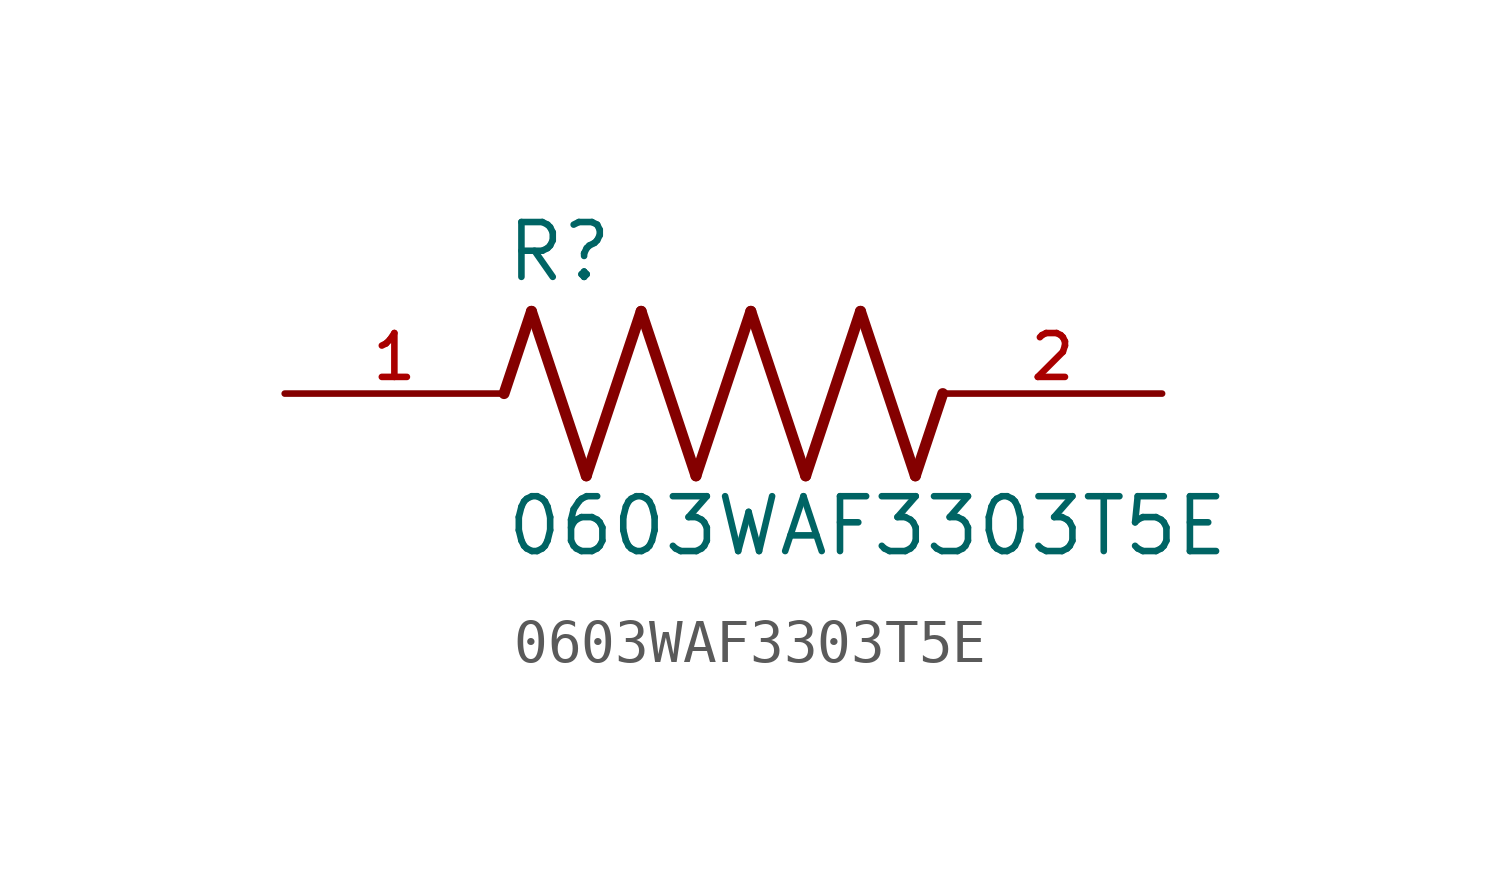
<source format=kicad_sym>
(kicad_symbol_lib
  (version 20211014)
  (generator kicad_symbol_editor)
  (symbol "0603WAF3303T5E"
    (pin_names
      (offset 1.016))
    (property "Reference" "R"
      (at -5.08 2.54 0)
      (effects (font (size 1.27 1.27)) (justify bottom left)))
    (property "Value" "0603WAF3303T5E"
      (at -5.08 -3.81 0)
      (effects (font (size 1.27 1.27)) (justify bottom left)))
    (symbol "0603WAF3303T5E_0_0"
      (polyline (pts (xy -5.08 0.0) (xy -4.445 1.905)) (stroke (width 0.254)))
      (polyline (pts (xy -4.445 1.905) (xy -3.175 -1.905)) (stroke (width 0.254)))
      (polyline (pts (xy -3.175 -1.905) (xy -1.905 1.905)) (stroke (width 0.254)))
      (polyline (pts (xy -1.905 1.905) (xy -0.635 -1.905)) (stroke (width 0.254)))
      (polyline (pts (xy -0.635 -1.905) (xy 0.635 1.905)) (stroke (width 0.254)))
      (polyline (pts (xy 0.635 1.905) (xy 1.905 -1.905)) (stroke (width 0.254)))
      (polyline (pts (xy 1.905 -1.905) (xy 3.175 1.905)) (stroke (width 0.254)))
      (polyline (pts (xy 3.175 1.905) (xy 4.445 -1.905)) (stroke (width 0.254)))
      (polyline (pts (xy 4.445 -1.905) (xy 5.08 0.0)) (stroke (width 0.254)))
      (pin passive line (at -10.16 0.0 0) (length 5.08) (name "~" (effects (font (size 1.016 1.016)))) (number "1" (effects (font (size 1.016 1.016)))))
      (pin passive line (at 10.16 0.0 180.0) (length 5.08) (name "~" (effects (font (size 1.016 1.016)))) (number "2" (effects (font (size 1.016 1.016))))))))
</source>
